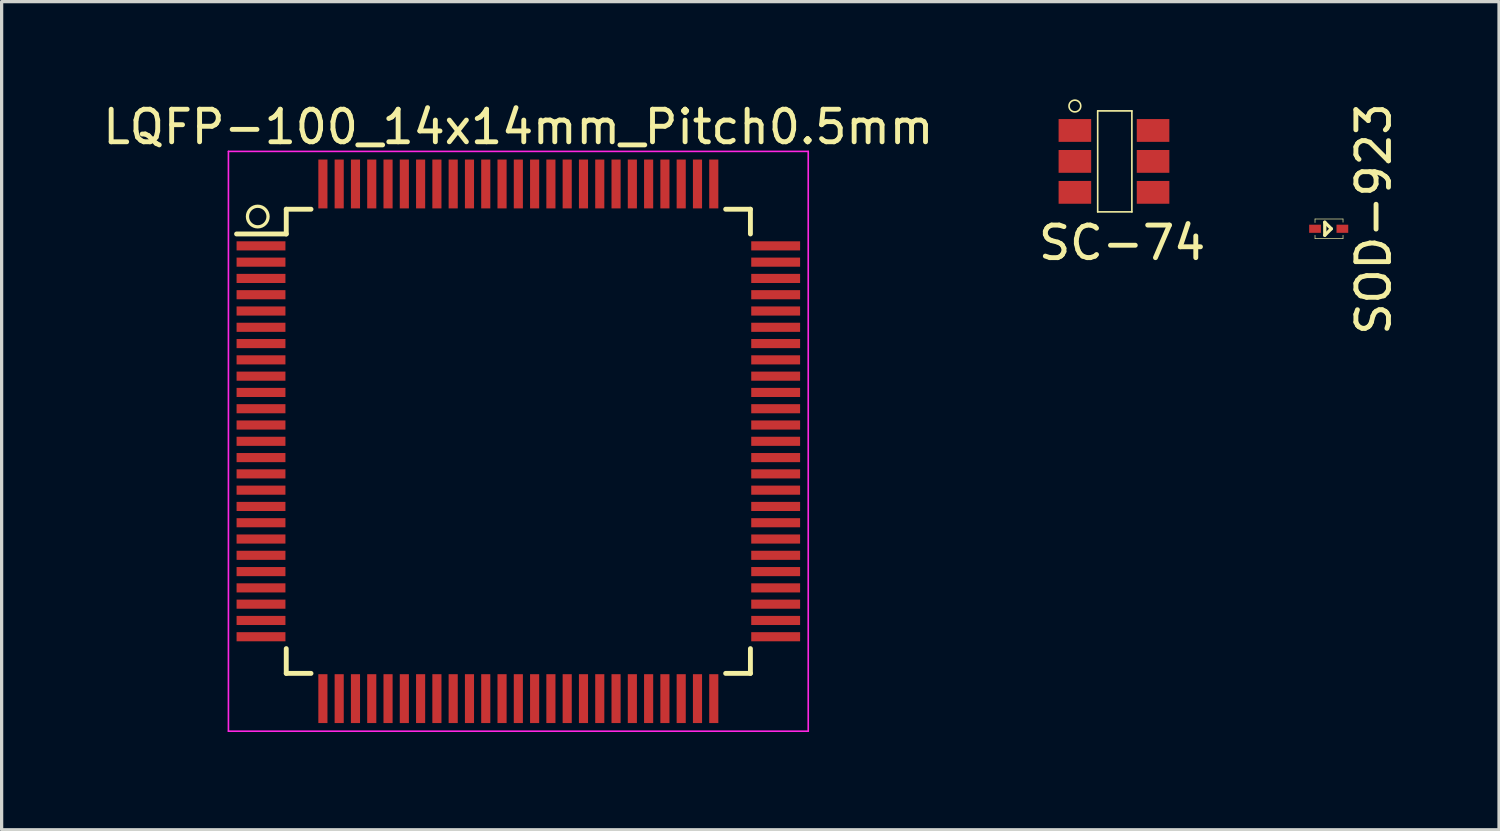
<source format=kicad_pcb>
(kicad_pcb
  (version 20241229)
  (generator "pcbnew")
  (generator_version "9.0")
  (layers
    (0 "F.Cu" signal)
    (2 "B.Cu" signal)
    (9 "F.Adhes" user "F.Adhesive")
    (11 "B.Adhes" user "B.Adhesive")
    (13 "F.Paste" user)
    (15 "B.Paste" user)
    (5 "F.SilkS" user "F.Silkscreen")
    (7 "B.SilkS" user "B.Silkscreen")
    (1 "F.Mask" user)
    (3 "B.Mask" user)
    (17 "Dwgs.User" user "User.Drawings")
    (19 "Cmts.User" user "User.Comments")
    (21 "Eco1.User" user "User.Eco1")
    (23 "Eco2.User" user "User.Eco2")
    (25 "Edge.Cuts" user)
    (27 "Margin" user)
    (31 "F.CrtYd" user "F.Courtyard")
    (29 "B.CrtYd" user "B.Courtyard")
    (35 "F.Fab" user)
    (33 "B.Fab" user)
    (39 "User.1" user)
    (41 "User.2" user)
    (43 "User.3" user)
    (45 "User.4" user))
  (footprint "SOD-923"
    (layer "F.Cu")
    (at 37.321 3.973)
    (property "Reference" "SOD-923" (at 1.8 -0.3 270) (layer "F.SilkS") (effects (font (size 1 1) (thickness 0.15))))
    (attr through_hole)
    (fp_line (start 0 -0.3) (end 0.86 -0.3) (stroke (width 0.02) (type solid)) (layer "F.SilkS"))
    (fp_line (start 0 -0.19) (end 0 -0.3) (stroke (width 0.02) (type solid)) (layer "F.SilkS"))
    (fp_line (start 0 0.2) (end 0 0.3) (stroke (width 0.02) (type solid)) (layer "F.SilkS"))
    (fp_line (start 0 0.3) (end 0.86 0.3) (stroke (width 0.02) (type solid)) (layer "F.SilkS"))
    (fp_line (start 0.3 -0.2) (end 0.3 0.2) (stroke (width 0.1) (type solid)) (layer "F.SilkS"))
    (fp_line (start 0.3 0.2) (end 0.5 0) (stroke (width 0.1) (type solid)) (layer "F.SilkS"))
    (fp_line (start 0.5 0) (end 0.3 -0.2) (stroke (width 0.1) (type solid)) (layer "F.SilkS"))
    (fp_line (start 0.86 -0.3) (end 0.86 -0.2) (stroke (width 0.02) (type solid)) (layer "F.SilkS"))
    (fp_line (start 0.86 0.3) (end 0.86 0.2) (stroke (width 0.02) (type solid)) (layer "F.SilkS"))
    (pad "1" smd rect (at 0 0) (size 0.36 0.25) (layers "F.Cu" "F.Mask" "F.Paste"))
    (pad "2" smd rect (at 0.84 0) (size 0.36 0.25) (layers "F.Cu" "F.Mask" "F.Paste")))
  (footprint "SC-74"
    (layer "F.Cu")
    (at 29.949 0.955)
    (property "Reference" "SC-74" (at 1.45 3.45 0) (layer "F.SilkS") (effects (font (size 1 1) (thickness 0.15))))
    (attr through_hole)
    (fp_line (start 0.7 -0.6) (end 0.7 2.5) (stroke (width 0.05) (type solid)) (layer "F.SilkS"))
    (fp_line (start 0.7 2.5) (end 1.75 2.5) (stroke (width 0.05) (type solid)) (layer "F.SilkS"))
    (fp_line (start 1.75 -0.6) (end 0.7 -0.6) (stroke (width 0.05) (type solid)) (layer "F.SilkS"))
    (fp_line (start 1.75 2.5) (end 1.75 -0.6) (stroke (width 0.05) (type solid)) (layer "F.SilkS"))
    (fp_circle (center 0 -0.75) (end 0.1 -0.6) (stroke (width 0.05) (type solid)) (fill no) (layer "F.SilkS"))
    (pad "1" smd rect (at 0 0) (size 1 0.7) (layers "F.Cu" "F.Mask" "F.Paste"))
    (pad "2" smd rect (at 0 0.95) (size 1 0.7) (layers "F.Cu" "F.Mask" "F.Paste"))
    (pad "3" smd rect (at 0 1.9) (size 1 0.7) (layers "F.Cu" "F.Mask" "F.Paste"))
    (pad "4" smd rect (at 2.4 1.9) (size 1 0.7) (layers "F.Cu" "F.Mask" "F.Paste"))
    (pad "5" smd rect (at 2.4 0.95) (size 1 0.7) (layers "F.Cu" "F.Mask" "F.Paste"))
    (pad "6" smd rect (at 2.4 0) (size 1 0.7) (layers "F.Cu" "F.Mask" "F.Paste")))
  (footprint "LQFP-100_14x14mm_Pitch0.5mm"
    (layer "F.Cu")
    (at 12.863 10.498)
    (property "Reference" "LQFP-100_14x14mm_Pitch0.5mm" (at 0 -9.65 0) (layer "F.SilkS") (effects (font (size 1 1) (thickness 0.15))))
    (attr smd)
    (fp_line (start -7.125 -7.125) (end -7.125 -6.365) (stroke (width 0.15) (type solid)) (layer "F.SilkS"))
    (fp_line (start -7.125 -7.125) (end -6.365 -7.125) (stroke (width 0.15) (type solid)) (layer "F.SilkS"))
    (fp_line (start -7.125 -6.365) (end -8.65 -6.365) (stroke (width 0.15) (type solid)) (layer "F.SilkS"))
    (fp_line (start -7.125 7.125) (end -7.125 6.365) (stroke (width 0.15) (type solid)) (layer "F.SilkS"))
    (fp_line (start -7.125 7.125) (end -6.365 7.125) (stroke (width 0.15) (type solid)) (layer "F.SilkS"))
    (fp_line (start 7.125 -7.125) (end 6.365 -7.125) (stroke (width 0.15) (type solid)) (layer "F.SilkS"))
    (fp_line (start 7.125 -7.125) (end 7.125 -6.365) (stroke (width 0.15) (type solid)) (layer "F.SilkS"))
    (fp_line (start 7.125 7.125) (end 6.365 7.125) (stroke (width 0.15) (type solid)) (layer "F.SilkS"))
    (fp_line (start 7.125 7.125) (end 7.125 6.365) (stroke (width 0.15) (type solid)) (layer "F.SilkS"))
    (fp_circle (center -8 -6.9) (end -7.7 -6.8) (stroke (width 0.1) (type solid)) (fill no) (layer "F.SilkS"))
    (fp_line (start -8.9 -8.9) (end -8.9 8.9) (stroke (width 0.05) (type solid)) (layer "F.CrtYd"))
    (fp_line (start -8.9 -8.9) (end 8.9 -8.9) (stroke (width 0.05) (type solid)) (layer "F.CrtYd"))
    (fp_line (start -8.9 8.9) (end 8.9 8.9) (stroke (width 0.05) (type solid)) (layer "F.CrtYd"))
    (fp_line (start 8.9 -8.9) (end 8.9 8.9) (stroke (width 0.05) (type solid)) (layer "F.CrtYd"))
    (pad "1" smd rect (at -7.9 -6) (size 1.5 0.28) (layers "F.Cu" "F.Mask" "F.Paste"))
    (pad "2" smd rect (at -7.9 -5.5) (size 1.5 0.28) (layers "F.Cu" "F.Mask" "F.Paste"))
    (pad "3" smd rect (at -7.9 -5) (size 1.5 0.28) (layers "F.Cu" "F.Mask" "F.Paste"))
    (pad "4" smd rect (at -7.9 -4.5) (size 1.5 0.28) (layers "F.Cu" "F.Mask" "F.Paste"))
    (pad "5" smd rect (at -7.9 -4) (size 1.5 0.28) (layers "F.Cu" "F.Mask" "F.Paste"))
    (pad "6" smd rect (at -7.9 -3.5) (size 1.5 0.28) (layers "F.Cu" "F.Mask" "F.Paste"))
    (pad "7" smd rect (at -7.9 -3) (size 1.5 0.28) (layers "F.Cu" "F.Mask" "F.Paste"))
    (pad "8" smd rect (at -7.9 -2.5) (size 1.5 0.28) (layers "F.Cu" "F.Mask" "F.Paste"))
    (pad "9" smd rect (at -7.9 -2) (size 1.5 0.28) (layers "F.Cu" "F.Mask" "F.Paste"))
    (pad "10" smd rect (at -7.9 -1.5) (size 1.5 0.28) (layers "F.Cu" "F.Mask" "F.Paste"))
    (pad "11" smd rect (at -7.9 -1) (size 1.5 0.28) (layers "F.Cu" "F.Mask" "F.Paste"))
    (pad "12" smd rect (at -7.9 -0.5) (size 1.5 0.28) (layers "F.Cu" "F.Mask" "F.Paste"))
    (pad "13" smd rect (at -7.9 0) (size 1.5 0.28) (layers "F.Cu" "F.Mask" "F.Paste"))
    (pad "14" smd rect (at -7.9 0.5) (size 1.5 0.28) (layers "F.Cu" "F.Mask" "F.Paste"))
    (pad "15" smd rect (at -7.9 1) (size 1.5 0.28) (layers "F.Cu" "F.Mask" "F.Paste"))
    (pad "16" smd rect (at -7.9 1.5) (size 1.5 0.28) (layers "F.Cu" "F.Mask" "F.Paste"))
    (pad "17" smd rect (at -7.9 2) (size 1.5 0.28) (layers "F.Cu" "F.Mask" "F.Paste"))
    (pad "18" smd rect (at -7.9 2.5) (size 1.5 0.28) (layers "F.Cu" "F.Mask" "F.Paste"))
    (pad "19" smd rect (at -7.9 3) (size 1.5 0.28) (layers "F.Cu" "F.Mask" "F.Paste"))
    (pad "20" smd rect (at -7.9 3.5) (size 1.5 0.28) (layers "F.Cu" "F.Mask" "F.Paste"))
    (pad "21" smd rect (at -7.9 4) (size 1.5 0.28) (layers "F.Cu" "F.Mask" "F.Paste"))
    (pad "22" smd rect (at -7.9 4.5) (size 1.5 0.28) (layers "F.Cu" "F.Mask" "F.Paste"))
    (pad "23" smd rect (at -7.9 5) (size 1.5 0.28) (layers "F.Cu" "F.Mask" "F.Paste"))
    (pad "24" smd rect (at -7.9 5.5) (size 1.5 0.28) (layers "F.Cu" "F.Mask" "F.Paste"))
    (pad "25" smd rect (at -7.9 6) (size 1.5 0.28) (layers "F.Cu" "F.Mask" "F.Paste"))
    (pad "26" smd rect (at -6 7.9 90) (size 1.5 0.28) (layers "F.Cu" "F.Mask" "F.Paste"))
    (pad "27" smd rect (at -5.5 7.9 90) (size 1.5 0.28) (layers "F.Cu" "F.Mask" "F.Paste"))
    (pad "28" smd rect (at -5 7.9 90) (size 1.5 0.28) (layers "F.Cu" "F.Mask" "F.Paste"))
    (pad "29" smd rect (at -4.5 7.9 90) (size 1.5 0.28) (layers "F.Cu" "F.Mask" "F.Paste"))
    (pad "30" smd rect (at -4 7.9 90) (size 1.5 0.28) (layers "F.Cu" "F.Mask" "F.Paste"))
    (pad "31" smd rect (at -3.5 7.9 90) (size 1.5 0.28) (layers "F.Cu" "F.Mask" "F.Paste"))
    (pad "32" smd rect (at -3 7.9 90) (size 1.5 0.28) (layers "F.Cu" "F.Mask" "F.Paste"))
    (pad "33" smd rect (at -2.5 7.9 90) (size 1.5 0.28) (layers "F.Cu" "F.Mask" "F.Paste"))
    (pad "34" smd rect (at -2 7.9 90) (size 1.5 0.28) (layers "F.Cu" "F.Mask" "F.Paste"))
    (pad "35" smd rect (at -1.5 7.9 90) (size 1.5 0.28) (layers "F.Cu" "F.Mask" "F.Paste"))
    (pad "36" smd rect (at -1 7.9 90) (size 1.5 0.28) (layers "F.Cu" "F.Mask" "F.Paste"))
    (pad "37" smd rect (at -0.5 7.9 90) (size 1.5 0.28) (layers "F.Cu" "F.Mask" "F.Paste"))
    (pad "38" smd rect (at 0 7.9 90) (size 1.5 0.28) (layers "F.Cu" "F.Mask" "F.Paste"))
    (pad "39" smd rect (at 0.5 7.9 90) (size 1.5 0.28) (layers "F.Cu" "F.Mask" "F.Paste"))
    (pad "40" smd rect (at 1 7.9 90) (size 1.5 0.28) (layers "F.Cu" "F.Mask" "F.Paste"))
    (pad "41" smd rect (at 1.5 7.9 90) (size 1.5 0.28) (layers "F.Cu" "F.Mask" "F.Paste"))
    (pad "42" smd rect (at 2 7.9 90) (size 1.5 0.28) (layers "F.Cu" "F.Mask" "F.Paste"))
    (pad "43" smd rect (at 2.5 7.9 90) (size 1.5 0.28) (layers "F.Cu" "F.Mask" "F.Paste"))
    (pad "44" smd rect (at 3 7.9 90) (size 1.5 0.28) (layers "F.Cu" "F.Mask" "F.Paste"))
    (pad "45" smd rect (at 3.5 7.9 90) (size 1.5 0.28) (layers "F.Cu" "F.Mask" "F.Paste"))
    (pad "46" smd rect (at 4 7.9 90) (size 1.5 0.28) (layers "F.Cu" "F.Mask" "F.Paste"))
    (pad "47" smd rect (at 4.5 7.9 90) (size 1.5 0.28) (layers "F.Cu" "F.Mask" "F.Paste"))
    (pad "48" smd rect (at 5 7.9 90) (size 1.5 0.28) (layers "F.Cu" "F.Mask" "F.Paste"))
    (pad "49" smd rect (at 5.5 7.9 90) (size 1.5 0.28) (layers "F.Cu" "F.Mask" "F.Paste"))
    (pad "50" smd rect (at 6 7.9 90) (size 1.5 0.28) (layers "F.Cu" "F.Mask" "F.Paste"))
    (pad "51" smd rect (at 7.9 6) (size 1.5 0.28) (layers "F.Cu" "F.Mask" "F.Paste"))
    (pad "52" smd rect (at 7.9 5.5) (size 1.5 0.28) (layers "F.Cu" "F.Mask" "F.Paste"))
    (pad "53" smd rect (at 7.9 5) (size 1.5 0.28) (layers "F.Cu" "F.Mask" "F.Paste"))
    (pad "54" smd rect (at 7.9 4.5) (size 1.5 0.28) (layers "F.Cu" "F.Mask" "F.Paste"))
    (pad "55" smd rect (at 7.9 4) (size 1.5 0.28) (layers "F.Cu" "F.Mask" "F.Paste"))
    (pad "56" smd rect (at 7.9 3.5) (size 1.5 0.28) (layers "F.Cu" "F.Mask" "F.Paste"))
    (pad "57" smd rect (at 7.9 3) (size 1.5 0.28) (layers "F.Cu" "F.Mask" "F.Paste"))
    (pad "58" smd rect (at 7.9 2.5) (size 1.5 0.28) (layers "F.Cu" "F.Mask" "F.Paste"))
    (pad "59" smd rect (at 7.9 2) (size 1.5 0.28) (layers "F.Cu" "F.Mask" "F.Paste"))
    (pad "60" smd rect (at 7.9 1.5) (size 1.5 0.28) (layers "F.Cu" "F.Mask" "F.Paste"))
    (pad "61" smd rect (at 7.9 1) (size 1.5 0.28) (layers "F.Cu" "F.Mask" "F.Paste"))
    (pad "62" smd rect (at 7.9 0.5) (size 1.5 0.28) (layers "F.Cu" "F.Mask" "F.Paste"))
    (pad "63" smd rect (at 7.9 0) (size 1.5 0.28) (layers "F.Cu" "F.Mask" "F.Paste"))
    (pad "64" smd rect (at 7.9 -0.5) (size 1.5 0.28) (layers "F.Cu" "F.Mask" "F.Paste"))
    (pad "65" smd rect (at 7.9 -1) (size 1.5 0.28) (layers "F.Cu" "F.Mask" "F.Paste"))
    (pad "66" smd rect (at 7.9 -1.5) (size 1.5 0.28) (layers "F.Cu" "F.Mask" "F.Paste"))
    (pad "67" smd rect (at 7.9 -2) (size 1.5 0.28) (layers "F.Cu" "F.Mask" "F.Paste"))
    (pad "68" smd rect (at 7.9 -2.5) (size 1.5 0.28) (layers "F.Cu" "F.Mask" "F.Paste"))
    (pad "69" smd rect (at 7.9 -3) (size 1.5 0.28) (layers "F.Cu" "F.Mask" "F.Paste"))
    (pad "70" smd rect (at 7.9 -3.5) (size 1.5 0.28) (layers "F.Cu" "F.Mask" "F.Paste"))
    (pad "71" smd rect (at 7.9 -4) (size 1.5 0.28) (layers "F.Cu" "F.Mask" "F.Paste"))
    (pad "72" smd rect (at 7.9 -4.5) (size 1.5 0.28) (layers "F.Cu" "F.Mask" "F.Paste"))
    (pad "73" smd rect (at 7.9 -5) (size 1.5 0.28) (layers "F.Cu" "F.Mask" "F.Paste"))
    (pad "74" smd rect (at 7.9 -5.5) (size 1.5 0.28) (layers "F.Cu" "F.Mask" "F.Paste"))
    (pad "75" smd rect (at 7.9 -6) (size 1.5 0.28) (layers "F.Cu" "F.Mask" "F.Paste"))
    (pad "76" smd rect (at 6 -7.9 90) (size 1.5 0.28) (layers "F.Cu" "F.Mask" "F.Paste"))
    (pad "77" smd rect (at 5.5 -7.9 90) (size 1.5 0.28) (layers "F.Cu" "F.Mask" "F.Paste"))
    (pad "78" smd rect (at 5 -7.9 90) (size 1.5 0.28) (layers "F.Cu" "F.Mask" "F.Paste"))
    (pad "79" smd rect (at 4.5 -7.9 90) (size 1.5 0.28) (layers "F.Cu" "F.Mask" "F.Paste"))
    (pad "80" smd rect (at 4 -7.9 90) (size 1.5 0.28) (layers "F.Cu" "F.Mask" "F.Paste"))
    (pad "81" smd rect (at 3.5 -7.9 90) (size 1.5 0.28) (layers "F.Cu" "F.Mask" "F.Paste"))
    (pad "82" smd rect (at 3 -7.9 90) (size 1.5 0.28) (layers "F.Cu" "F.Mask" "F.Paste"))
    (pad "83" smd rect (at 2.5 -7.9 90) (size 1.5 0.28) (layers "F.Cu" "F.Mask" "F.Paste"))
    (pad "84" smd rect (at 2 -7.9 90) (size 1.5 0.28) (layers "F.Cu" "F.Mask" "F.Paste"))
    (pad "85" smd rect (at 1.5 -7.9 90) (size 1.5 0.28) (layers "F.Cu" "F.Mask" "F.Paste"))
    (pad "86" smd rect (at 1 -7.9 90) (size 1.5 0.28) (layers "F.Cu" "F.Mask" "F.Paste"))
    (pad "87" smd rect (at 0.5 -7.9 90) (size 1.5 0.28) (layers "F.Cu" "F.Mask" "F.Paste"))
    (pad "88" smd rect (at 0 -7.9 90) (size 1.5 0.28) (layers "F.Cu" "F.Mask" "F.Paste"))
    (pad "89" smd rect (at -0.5 -7.9 90) (size 1.5 0.28) (layers "F.Cu" "F.Mask" "F.Paste"))
    (pad "90" smd rect (at -1 -7.9 90) (size 1.5 0.28) (layers "F.Cu" "F.Mask" "F.Paste"))
    (pad "91" smd rect (at -1.5 -7.9 90) (size 1.5 0.28) (layers "F.Cu" "F.Mask" "F.Paste"))
    (pad "92" smd rect (at -2 -7.9 90) (size 1.5 0.28) (layers "F.Cu" "F.Mask" "F.Paste"))
    (pad "93" smd rect (at -2.5 -7.9 90) (size 1.5 0.28) (layers "F.Cu" "F.Mask" "F.Paste"))
    (pad "94" smd rect (at -3 -7.9 90) (size 1.5 0.28) (layers "F.Cu" "F.Mask" "F.Paste"))
    (pad "95" smd rect (at -3.5 -7.9 90) (size 1.5 0.28) (layers "F.Cu" "F.Mask" "F.Paste"))
    (pad "96" smd rect (at -4 -7.9 90) (size 1.5 0.28) (layers "F.Cu" "F.Mask" "F.Paste"))
    (pad "97" smd rect (at -4.5 -7.9 90) (size 1.5 0.28) (layers "F.Cu" "F.Mask" "F.Paste"))
    (pad "98" smd rect (at -5 -7.9 90) (size 1.5 0.28) (layers "F.Cu" "F.Mask" "F.Paste"))
    (pad "99" smd rect (at -5.5 -7.9 90) (size 1.5 0.28) (layers "F.Cu" "F.Mask" "F.Paste"))
    (pad "100" smd rect (at -6 -7.9 90) (size 1.5 0.28) (layers "F.Cu" "F.Mask" "F.Paste")))
  (gr_rect
    (start -3 -3)
    (end 42.97 22.423)
    (stroke (width 0.1) (type default))
    (fill no)
    (layer "Edge.Cuts")))
</source>
